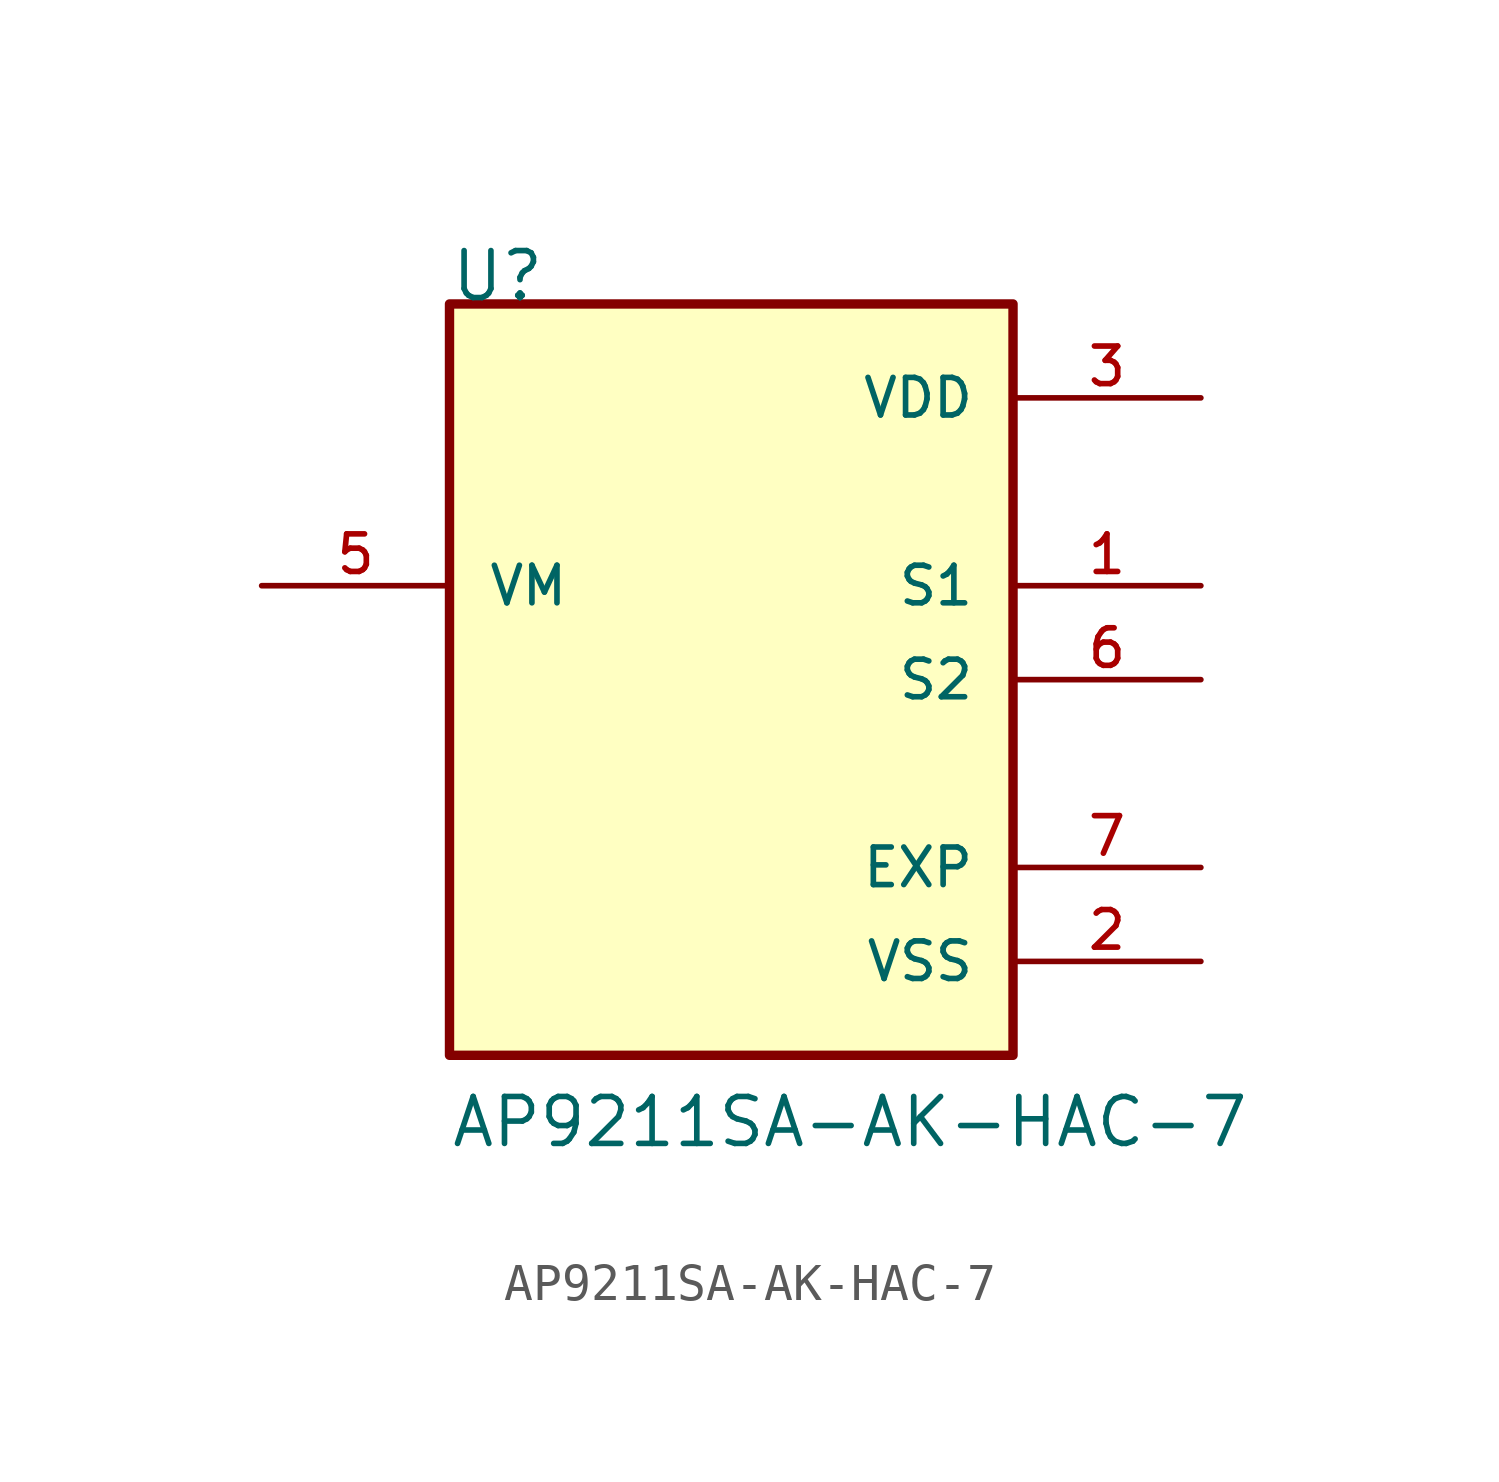
<source format=kicad_sym>
(kicad_symbol_lib
  (version 20211014)
  (generator kicad_symbol_editor)
  (symbol "AP9211SA-AK-HAC-7"
    (pin_names
      (offset 1.016))
    (property "Reference" "U"
      (at -7.628 10.17 0)
      (effects (font (size 1.27 1.27)) (justify bottom left)))
    (property "Value" "AP9211SA-AK-HAC-7"
      (at -7.624 -12.706 0)
      (effects (font (size 1.27 1.27)) (justify bottom left)))
    (symbol "AP9211SA-AK-HAC-7_0_0"
      (rectangle (start -7.62 -10.16) (end 7.62 10.16) (stroke (width 0.254)) (fill (type background)))
      (pin output line (at 12.7 2.54 180.0) (length 5.08) (name "S1" (effects (font (size 1.016 1.016)))) (number "1" (effects (font (size 1.016 1.016)))))
      (pin output line (at 12.7 0.0 180.0) (length 5.08) (name "S2" (effects (font (size 1.016 1.016)))) (number "6" (effects (font (size 1.016 1.016)))))
      (pin power_in line (at 12.7 -5.08 180.0) (length 5.08) (name "EXP" (effects (font (size 1.016 1.016)))) (number "7" (effects (font (size 1.016 1.016)))))
      (pin input line (at -12.7 2.54 0) (length 5.08) (name "VM" (effects (font (size 1.016 1.016)))) (number "5" (effects (font (size 1.016 1.016)))))
      (pin power_in line (at 12.7 -7.62 180.0) (length 5.08) (name "VSS" (effects (font (size 1.016 1.016)))) (number "2" (effects (font (size 1.016 1.016)))))
      (pin power_in line (at 12.7 7.62 180.0) (length 5.08) (name "VDD" (effects (font (size 1.016 1.016)))) (number "3" (effects (font (size 1.016 1.016))))))))
</source>
